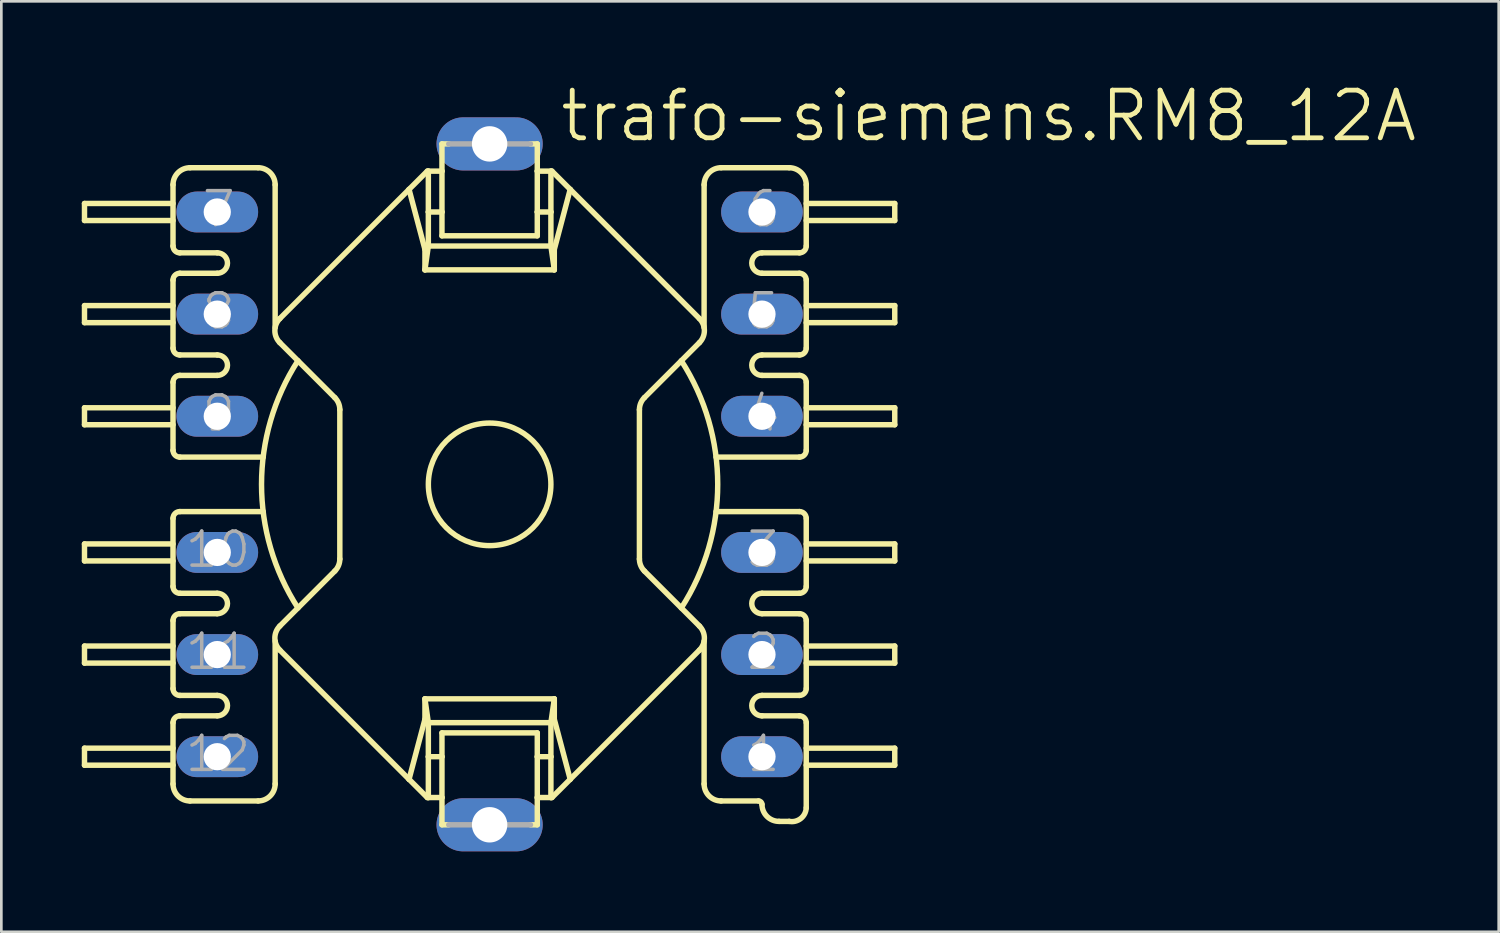
<source format=kicad_pcb>
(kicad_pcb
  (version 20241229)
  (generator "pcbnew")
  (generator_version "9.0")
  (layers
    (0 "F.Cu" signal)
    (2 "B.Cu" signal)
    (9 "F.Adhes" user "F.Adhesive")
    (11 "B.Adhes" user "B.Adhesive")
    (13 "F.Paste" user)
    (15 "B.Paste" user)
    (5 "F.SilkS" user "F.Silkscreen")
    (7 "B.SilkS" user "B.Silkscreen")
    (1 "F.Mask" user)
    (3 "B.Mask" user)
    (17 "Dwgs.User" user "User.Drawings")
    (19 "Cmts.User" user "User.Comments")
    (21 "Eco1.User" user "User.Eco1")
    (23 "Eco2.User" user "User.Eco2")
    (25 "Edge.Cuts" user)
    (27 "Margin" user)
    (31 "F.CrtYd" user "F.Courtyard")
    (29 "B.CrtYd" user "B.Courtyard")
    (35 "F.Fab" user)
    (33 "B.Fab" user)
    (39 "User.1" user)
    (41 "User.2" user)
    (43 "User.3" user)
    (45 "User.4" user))
  (footprint "trafo-siemens.RM8_12A"
    (layer "F.Cu")
    (at 15.215 15.018)
    (property "Reference" "trafo-siemens.RM8_12A" (at 2.54 -12.7 0) (layer "F.SilkS") (effects (font (size 1.778 1.778) (thickness 0.18)) (justify left bottom)))
    (attr through_hole)
    (fp_line (start -15.113 -10.477) (end -15.113 -9.842) (stroke (width 0.203) (type default)) (layer "F.SilkS"))
    (fp_line (start -15.113 -10.477) (end -11.811 -10.477) (stroke (width 0.203) (type default)) (layer "F.SilkS"))
    (fp_line (start -15.113 -9.842) (end -11.811 -9.842) (stroke (width 0.203) (type default)) (layer "F.SilkS"))
    (fp_line (start -15.113 -6.668) (end -15.113 -6.032) (stroke (width 0.203) (type default)) (layer "F.SilkS"))
    (fp_line (start -15.113 -6.668) (end -11.811 -6.668) (stroke (width 0.203) (type default)) (layer "F.SilkS"))
    (fp_line (start -15.113 -6.032) (end -11.811 -6.032) (stroke (width 0.203) (type default)) (layer "F.SilkS"))
    (fp_line (start -15.113 -2.857) (end -15.113 -2.223) (stroke (width 0.203) (type default)) (layer "F.SilkS"))
    (fp_line (start -15.113 -2.857) (end -11.811 -2.857) (stroke (width 0.203) (type default)) (layer "F.SilkS"))
    (fp_line (start -15.113 -2.223) (end -11.811 -2.223) (stroke (width 0.203) (type default)) (layer "F.SilkS"))
    (fp_line (start -15.113 2.223) (end -11.811 2.223) (stroke (width 0.203) (type default)) (layer "F.SilkS"))
    (fp_line (start -15.113 2.857) (end -15.113 2.223) (stroke (width 0.203) (type default)) (layer "F.SilkS"))
    (fp_line (start -15.113 2.857) (end -11.811 2.857) (stroke (width 0.203) (type default)) (layer "F.SilkS"))
    (fp_line (start -15.113 6.032) (end -11.811 6.032) (stroke (width 0.203) (type default)) (layer "F.SilkS"))
    (fp_line (start -15.113 6.668) (end -15.113 6.032) (stroke (width 0.203) (type default)) (layer "F.SilkS"))
    (fp_line (start -15.113 6.668) (end -11.811 6.668) (stroke (width 0.203) (type default)) (layer "F.SilkS"))
    (fp_line (start -15.113 9.842) (end -11.811 9.842) (stroke (width 0.203) (type default)) (layer "F.SilkS"))
    (fp_line (start -15.113 10.477) (end -15.113 9.842) (stroke (width 0.203) (type default)) (layer "F.SilkS"))
    (fp_line (start -15.113 10.477) (end -11.811 10.477) (stroke (width 0.203) (type default)) (layer "F.SilkS"))
    (fp_line (start -11.811 -8.89) (end -11.811 -11.176) (stroke (width 0.203) (type default)) (layer "F.SilkS"))
    (fp_line (start -11.811 -5.08) (end -11.811 -7.62) (stroke (width 0.203) (type default)) (layer "F.SilkS"))
    (fp_line (start -11.811 -3.81) (end -11.811 -1.27) (stroke (width 0.203) (type default)) (layer "F.SilkS"))
    (fp_line (start -11.811 3.81) (end -11.811 1.27) (stroke (width 0.203) (type default)) (layer "F.SilkS"))
    (fp_line (start -11.811 7.62) (end -11.811 5.08) (stroke (width 0.203) (type default)) (layer "F.SilkS"))
    (fp_line (start -11.811 11.176) (end -11.811 8.89) (stroke (width 0.203) (type default)) (layer "F.SilkS"))
    (fp_line (start -11.557 -1.016) (end -8.448 -1.016) (stroke (width 0.203) (type default)) (layer "F.SilkS"))
    (fp_line (start -11.557 1.016) (end -8.448 1.016) (stroke (width 0.203) (type default)) (layer "F.SilkS"))
    (fp_line (start -10.16 -8.636) (end -11.557 -8.636) (stroke (width 0.203) (type default)) (layer "F.SilkS"))
    (fp_line (start -10.16 -7.874) (end -11.557 -7.874) (stroke (width 0.203) (type default)) (layer "F.SilkS"))
    (fp_line (start -10.16 -4.826) (end -11.557 -4.826) (stroke (width 0.203) (type default)) (layer "F.SilkS"))
    (fp_line (start -10.16 -4.064) (end -11.557 -4.064) (stroke (width 0.203) (type default)) (layer "F.SilkS"))
    (fp_line (start -10.16 4.064) (end -11.557 4.064) (stroke (width 0.203) (type default)) (layer "F.SilkS"))
    (fp_line (start -10.16 4.826) (end -11.557 4.826) (stroke (width 0.203) (type default)) (layer "F.SilkS"))
    (fp_line (start -10.16 7.874) (end -11.557 7.874) (stroke (width 0.203) (type default)) (layer "F.SilkS"))
    (fp_line (start -10.16 8.636) (end -11.557 8.636) (stroke (width 0.203) (type default)) (layer "F.SilkS"))
    (fp_line (start -8.636 -11.811) (end -11.176 -11.811) (stroke (width 0.203) (type default)) (layer "F.SilkS"))
    (fp_line (start -8.636 11.811) (end -11.176 11.811) (stroke (width 0.203) (type default)) (layer "F.SilkS"))
    (fp_line (start -8.001 -11.176) (end -8.001 -5.85) (stroke (width 0.203) (type default)) (layer "F.SilkS"))
    (fp_line (start -8.001 5.85) (end -8.001 11.176) (stroke (width 0.203) (type default)) (layer "F.SilkS"))
    (fp_line (start -7.826 6.184) (end -3.006 11.003) (stroke (width 0.203) (type default)) (layer "F.SilkS"))
    (fp_line (start -5.774 -3.234) (end -7.826 -5.286) (stroke (width 0.203) (type default)) (layer "F.SilkS"))
    (fp_line (start -5.774 3.234) (end -7.826 5.286) (stroke (width 0.203) (type default)) (layer "F.SilkS"))
    (fp_line (start -5.588 -2.785) (end -5.588 2.785) (stroke (width 0.203) (type default)) (layer "F.SilkS"))
    (fp_line (start -3.006 -11.003) (end -7.826 -6.184) (stroke (width 0.203) (type default)) (layer "F.SilkS"))
    (fp_line (start -3.006 -11.003) (end -2.413 -8.763) (stroke (width 0.203) (type default)) (layer "F.SilkS"))
    (fp_line (start -3.006 11.003) (end -2.325 11.684) (stroke (width 0.203) (type default)) (layer "F.SilkS"))
    (fp_line (start -2.413 -8.001) (end -2.413 -8.763) (stroke (width 0.203) (type default)) (layer "F.SilkS"))
    (fp_line (start -2.413 8.001) (end -2.413 8.763) (stroke (width 0.203) (type default)) (layer "F.SilkS"))
    (fp_line (start -2.413 8.763) (end -3.006 11.003) (stroke (width 0.203) (type default)) (layer "F.SilkS"))
    (fp_line (start -2.325 -11.684) (end -3.006 -11.003) (stroke (width 0.203) (type default)) (layer "F.SilkS"))
    (fp_line (start -2.325 -11.684) (end -2.286 -11.684) (stroke (width 0.203) (type default)) (layer "F.SilkS"))
    (fp_line (start -2.286 -11.684) (end -1.778 -11.684) (stroke (width 0.203) (type default)) (layer "F.SilkS"))
    (fp_line (start -2.286 -10.16) (end -2.286 -11.684) (stroke (width 0.203) (type default)) (layer "F.SilkS"))
    (fp_line (start -2.286 -8.89) (end -2.413 -8.001) (stroke (width 0.203) (type default)) (layer "F.SilkS"))
    (fp_line (start -2.286 -8.89) (end -2.286 -10.16) (stroke (width 0.203) (type default)) (layer "F.SilkS"))
    (fp_line (start -2.286 -8.89) (end 2.286 -8.89) (stroke (width 0.203) (type default)) (layer "F.SilkS"))
    (fp_line (start -2.286 8.89) (end -2.413 8.001) (stroke (width 0.203) (type default)) (layer "F.SilkS"))
    (fp_line (start -2.286 8.89) (end -2.286 10.16) (stroke (width 0.203) (type default)) (layer "F.SilkS"))
    (fp_line (start -2.286 8.89) (end 2.286 8.89) (stroke (width 0.203) (type default)) (layer "F.SilkS"))
    (fp_line (start -2.286 10.16) (end -2.286 11.684) (stroke (width 0.203) (type default)) (layer "F.SilkS"))
    (fp_line (start -2.286 10.16) (end -1.778 10.16) (stroke (width 0.203) (type default)) (layer "F.SilkS"))
    (fp_line (start -2.286 11.684) (end -2.325 11.684) (stroke (width 0.203) (type default)) (layer "F.SilkS"))
    (fp_line (start -2.286 11.684) (end -1.778 11.684) (stroke (width 0.203) (type default)) (layer "F.SilkS"))
    (fp_line (start -1.778 -12.7) (end -1.524 -12.7) (stroke (width 0.203) (type default)) (layer "F.SilkS"))
    (fp_line (start -1.778 -11.684) (end -1.778 -12.7) (stroke (width 0.203) (type default)) (layer "F.SilkS"))
    (fp_line (start -1.778 -10.16) (end -2.286 -10.16) (stroke (width 0.203) (type default)) (layer "F.SilkS"))
    (fp_line (start -1.778 -10.16) (end -1.778 -11.684) (stroke (width 0.203) (type default)) (layer "F.SilkS"))
    (fp_line (start -1.778 -9.271) (end -1.778 -10.16) (stroke (width 0.203) (type default)) (layer "F.SilkS"))
    (fp_line (start -1.778 -9.271) (end 1.778 -9.271) (stroke (width 0.203) (type default)) (layer "F.SilkS"))
    (fp_line (start -1.778 10.16) (end -1.778 9.271) (stroke (width 0.203) (type default)) (layer "F.SilkS"))
    (fp_line (start -1.778 11.684) (end -1.778 10.16) (stroke (width 0.203) (type default)) (layer "F.SilkS"))
    (fp_line (start -1.778 12.7) (end -1.778 11.684) (stroke (width 0.203) (type default)) (layer "F.SilkS"))
    (fp_line (start -1.524 12.7) (end -1.778 12.7) (stroke (width 0.203) (type default)) (layer "F.SilkS"))
    (fp_line (start 1.524 -12.7) (end 1.778 -12.7) (stroke (width 0.203) (type default)) (layer "F.SilkS"))
    (fp_line (start 1.778 -12.7) (end 1.778 -11.684) (stroke (width 0.203) (type default)) (layer "F.SilkS"))
    (fp_line (start 1.778 -11.684) (end 1.778 -10.16) (stroke (width 0.203) (type default)) (layer "F.SilkS"))
    (fp_line (start 1.778 -10.16) (end 1.778 -9.271) (stroke (width 0.203) (type default)) (layer "F.SilkS"))
    (fp_line (start 1.778 9.271) (end -1.778 9.271) (stroke (width 0.203) (type default)) (layer "F.SilkS"))
    (fp_line (start 1.778 9.271) (end 1.778 10.16) (stroke (width 0.203) (type default)) (layer "F.SilkS"))
    (fp_line (start 1.778 10.16) (end 1.778 11.684) (stroke (width 0.203) (type default)) (layer "F.SilkS"))
    (fp_line (start 1.778 10.16) (end 2.286 10.16) (stroke (width 0.203) (type default)) (layer "F.SilkS"))
    (fp_line (start 1.778 11.684) (end 1.778 12.7) (stroke (width 0.203) (type default)) (layer "F.SilkS"))
    (fp_line (start 1.778 12.7) (end 1.524 12.7) (stroke (width 0.203) (type default)) (layer "F.SilkS"))
    (fp_line (start 2.286 -11.684) (end 1.778 -11.684) (stroke (width 0.203) (type default)) (layer "F.SilkS"))
    (fp_line (start 2.286 -11.684) (end 2.325 -11.684) (stroke (width 0.203) (type default)) (layer "F.SilkS"))
    (fp_line (start 2.286 -10.16) (end 1.778 -10.16) (stroke (width 0.203) (type default)) (layer "F.SilkS"))
    (fp_line (start 2.286 -10.16) (end 2.286 -11.684) (stroke (width 0.203) (type default)) (layer "F.SilkS"))
    (fp_line (start 2.286 -8.89) (end 2.286 -10.16) (stroke (width 0.203) (type default)) (layer "F.SilkS"))
    (fp_line (start 2.286 -8.89) (end 2.413 -8.001) (stroke (width 0.203) (type default)) (layer "F.SilkS"))
    (fp_line (start 2.286 8.89) (end 2.286 10.16) (stroke (width 0.203) (type default)) (layer "F.SilkS"))
    (fp_line (start 2.286 8.89) (end 2.413 8.001) (stroke (width 0.203) (type default)) (layer "F.SilkS"))
    (fp_line (start 2.286 10.16) (end 2.286 11.684) (stroke (width 0.203) (type default)) (layer "F.SilkS"))
    (fp_line (start 2.286 11.684) (end 1.778 11.684) (stroke (width 0.203) (type default)) (layer "F.SilkS"))
    (fp_line (start 2.325 -11.684) (end 3.006 -11.003) (stroke (width 0.203) (type default)) (layer "F.SilkS"))
    (fp_line (start 2.325 11.684) (end 2.286 11.684) (stroke (width 0.203) (type default)) (layer "F.SilkS"))
    (fp_line (start 2.413 -8.001) (end -2.413 -8.001) (stroke (width 0.203) (type default)) (layer "F.SilkS"))
    (fp_line (start 2.413 -8.001) (end 2.413 -8.763) (stroke (width 0.203) (type default)) (layer "F.SilkS"))
    (fp_line (start 2.413 8.001) (end -2.413 8.001) (stroke (width 0.203) (type default)) (layer "F.SilkS"))
    (fp_line (start 2.413 8.001) (end 2.413 8.763) (stroke (width 0.203) (type default)) (layer "F.SilkS"))
    (fp_line (start 2.413 8.763) (end 3.006 11.003) (stroke (width 0.203) (type default)) (layer "F.SilkS"))
    (fp_line (start 3.006 -11.003) (end 2.413 -8.763) (stroke (width 0.203) (type default)) (layer "F.SilkS"))
    (fp_line (start 3.006 -11.003) (end 7.826 -6.184) (stroke (width 0.203) (type default)) (layer "F.SilkS"))
    (fp_line (start 3.006 11.003) (end 2.325 11.684) (stroke (width 0.203) (type default)) (layer "F.SilkS"))
    (fp_line (start 5.588 -2.785) (end 5.588 2.785) (stroke (width 0.203) (type default)) (layer "F.SilkS"))
    (fp_line (start 5.774 -3.234) (end 7.826 -5.286) (stroke (width 0.203) (type default)) (layer "F.SilkS"))
    (fp_line (start 5.774 3.234) (end 7.826 5.286) (stroke (width 0.203) (type default)) (layer "F.SilkS"))
    (fp_line (start 7.826 6.184) (end 3.006 11.003) (stroke (width 0.203) (type default)) (layer "F.SilkS"))
    (fp_line (start 8.001 -11.176) (end 8.001 -5.85) (stroke (width 0.203) (type default)) (layer "F.SilkS"))
    (fp_line (start 8.001 5.85) (end 8.001 11.176) (stroke (width 0.203) (type default)) (layer "F.SilkS"))
    (fp_line (start 8.636 11.811) (end 10.033 11.811) (stroke (width 0.203) (type default)) (layer "F.SilkS"))
    (fp_line (start 10.16 -8.636) (end 11.557 -8.636) (stroke (width 0.203) (type default)) (layer "F.SilkS"))
    (fp_line (start 10.16 -7.874) (end 11.557 -7.874) (stroke (width 0.203) (type default)) (layer "F.SilkS"))
    (fp_line (start 10.16 -4.826) (end 11.557 -4.826) (stroke (width 0.203) (type default)) (layer "F.SilkS"))
    (fp_line (start 10.16 -4.064) (end 11.557 -4.064) (stroke (width 0.203) (type default)) (layer "F.SilkS"))
    (fp_line (start 10.16 4.064) (end 11.557 4.064) (stroke (width 0.203) (type default)) (layer "F.SilkS"))
    (fp_line (start 10.16 4.826) (end 11.557 4.826) (stroke (width 0.203) (type default)) (layer "F.SilkS"))
    (fp_line (start 10.16 7.874) (end 11.557 7.874) (stroke (width 0.203) (type default)) (layer "F.SilkS"))
    (fp_line (start 10.16 8.636) (end 11.557 8.636) (stroke (width 0.203) (type default)) (layer "F.SilkS"))
    (fp_line (start 11.176 -11.811) (end 8.636 -11.811) (stroke (width 0.203) (type default)) (layer "F.SilkS"))
    (fp_line (start 11.176 12.573) (end 10.795 12.573) (stroke (width 0.203) (type default)) (layer "F.SilkS"))
    (fp_line (start 11.557 -1.016) (end 8.448 -1.016) (stroke (width 0.203) (type default)) (layer "F.SilkS"))
    (fp_line (start 11.557 1.016) (end 8.448 1.016) (stroke (width 0.203) (type default)) (layer "F.SilkS"))
    (fp_line (start 11.811 -8.89) (end 11.811 -11.176) (stroke (width 0.203) (type default)) (layer "F.SilkS"))
    (fp_line (start 11.811 -5.08) (end 11.811 -7.62) (stroke (width 0.203) (type default)) (layer "F.SilkS"))
    (fp_line (start 11.811 -3.81) (end 11.811 -1.27) (stroke (width 0.203) (type default)) (layer "F.SilkS"))
    (fp_line (start 11.811 3.81) (end 11.811 1.27) (stroke (width 0.203) (type default)) (layer "F.SilkS"))
    (fp_line (start 11.811 7.62) (end 11.811 5.08) (stroke (width 0.203) (type default)) (layer "F.SilkS"))
    (fp_line (start 11.811 12.065) (end 11.811 8.89) (stroke (width 0.203) (type default)) (layer "F.SilkS"))
    (fp_line (start 15.113 -10.477) (end 11.811 -10.477) (stroke (width 0.203) (type default)) (layer "F.SilkS"))
    (fp_line (start 15.113 -10.477) (end 15.113 -9.842) (stroke (width 0.203) (type default)) (layer "F.SilkS"))
    (fp_line (start 15.113 -9.842) (end 11.811 -9.842) (stroke (width 0.203) (type default)) (layer "F.SilkS"))
    (fp_line (start 15.113 -6.668) (end 11.811 -6.668) (stroke (width 0.203) (type default)) (layer "F.SilkS"))
    (fp_line (start 15.113 -6.668) (end 15.113 -6.032) (stroke (width 0.203) (type default)) (layer "F.SilkS"))
    (fp_line (start 15.113 -6.032) (end 11.811 -6.032) (stroke (width 0.203) (type default)) (layer "F.SilkS"))
    (fp_line (start 15.113 -2.857) (end 11.811 -2.857) (stroke (width 0.203) (type default)) (layer "F.SilkS"))
    (fp_line (start 15.113 -2.857) (end 15.113 -2.223) (stroke (width 0.203) (type default)) (layer "F.SilkS"))
    (fp_line (start 15.113 -2.223) (end 11.811 -2.223) (stroke (width 0.203) (type default)) (layer "F.SilkS"))
    (fp_line (start 15.113 2.223) (end 11.811 2.223) (stroke (width 0.203) (type default)) (layer "F.SilkS"))
    (fp_line (start 15.113 2.857) (end 11.811 2.857) (stroke (width 0.203) (type default)) (layer "F.SilkS"))
    (fp_line (start 15.113 2.857) (end 15.113 2.223) (stroke (width 0.203) (type default)) (layer "F.SilkS"))
    (fp_line (start 15.113 6.032) (end 11.811 6.032) (stroke (width 0.203) (type default)) (layer "F.SilkS"))
    (fp_line (start 15.113 6.668) (end 11.811 6.668) (stroke (width 0.203) (type default)) (layer "F.SilkS"))
    (fp_line (start 15.113 6.668) (end 15.113 6.032) (stroke (width 0.203) (type default)) (layer "F.SilkS"))
    (fp_line (start 15.113 9.842) (end 11.811 9.842) (stroke (width 0.203) (type default)) (layer "F.SilkS"))
    (fp_line (start 15.113 10.477) (end 11.811 10.477) (stroke (width 0.203) (type default)) (layer "F.SilkS"))
    (fp_line (start 15.113 10.477) (end 15.113 9.842) (stroke (width 0.203) (type default)) (layer "F.SilkS"))
    (fp_arc (start -11.811 -11.176) (mid -11.625013 -11.625013) (end -11.176 -11.811) (stroke (width 0.2032) (type default)) (layer "F.SilkS"))
    (fp_arc (start -11.811 -7.62) (mid -11.736605 -7.799605) (end -11.557 -7.874) (stroke (width 0.2032) (type default)) (layer "F.SilkS"))
    (fp_arc (start -11.811 -3.81) (mid -11.736605 -3.989605) (end -11.557 -4.064) (stroke (width 0.2032) (type default)) (layer "F.SilkS"))
    (fp_arc (start -11.811 1.27) (mid -11.736605 1.090395) (end -11.557 1.016) (stroke (width 0.2032) (type default)) (layer "F.SilkS"))
    (fp_arc (start -11.811 5.08) (mid -11.736605 4.900395) (end -11.557 4.826) (stroke (width 0.2032) (type default)) (layer "F.SilkS"))
    (fp_arc (start -11.811 8.89) (mid -11.736605 8.710395) (end -11.557 8.636) (stroke (width 0.2032) (type default)) (layer "F.SilkS"))
    (fp_arc (start -11.557 -8.636) (mid -11.736605 -8.710395) (end -11.811 -8.89) (stroke (width 0.2032) (type default)) (layer "F.SilkS"))
    (fp_arc (start -11.557 -4.826) (mid -11.736605 -4.900395) (end -11.811 -5.08) (stroke (width 0.2032) (type default)) (layer "F.SilkS"))
    (fp_arc (start -11.557 -1.016) (mid -11.736605 -1.090395) (end -11.811 -1.27) (stroke (width 0.2032) (type default)) (layer "F.SilkS"))
    (fp_arc (start -11.557 4.064) (mid -11.736605 3.989605) (end -11.811 3.81) (stroke (width 0.2032) (type default)) (layer "F.SilkS"))
    (fp_arc (start -11.557 7.874) (mid -11.736605 7.799605) (end -11.811 7.62) (stroke (width 0.2032) (type default)) (layer "F.SilkS"))
    (fp_arc (start -11.176 11.811) (mid -11.625013 11.625013) (end -11.811 11.176) (stroke (width 0.2032) (type default)) (layer "F.SilkS"))
    (fp_arc (start -10.16 -8.636) (mid -9.779 -8.255) (end -10.16 -7.874) (stroke (width 0.2032) (type default)) (layer "F.SilkS"))
    (fp_arc (start -10.16 -4.826) (mid -9.779 -4.445) (end -10.16 -4.064) (stroke (width 0.2032) (type default)) (layer "F.SilkS"))
    (fp_arc (start -10.16 4.064) (mid -9.779 4.445) (end -10.16 4.826) (stroke (width 0.2032) (type default)) (layer "F.SilkS"))
    (fp_arc (start -10.16 7.874) (mid -9.779 8.255) (end -10.16 8.636) (stroke (width 0.2032) (type default)) (layer "F.SilkS"))
    (fp_arc (start -8.636 -11.811) (mid -8.186987 -11.625013) (end -8.001 -11.176) (stroke (width 0.2032) (type default)) (layer "F.SilkS"))
    (fp_arc (start -8.001 11.176) (mid -8.186987 11.625013) (end -8.636 11.811) (stroke (width 0.2032) (type default)) (layer "F.SilkS"))
    (fp_arc (start -7.8256 -5.2856) (mid -8.011582 -5.7346) (end -7.8256 -6.1836) (stroke (width 0.2032) (type default)) (layer "F.SilkS"))
    (fp_arc (start -7.8256 6.1836) (mid -8.011582 5.7346) (end -7.8256 5.2856) (stroke (width 0.2032) (type default)) (layer "F.SilkS"))
    (fp_arc (start -7.1512 4.6112) (mid -8.508985 0) (end -7.1512 -4.6112) (stroke (width 0.2032) (type default)) (layer "F.SilkS"))
    (fp_arc (start -5.774 -3.234) (mid -5.636299 -3.028007) (end -5.5879 -2.785) (stroke (width 0.2032) (type default)) (layer "F.SilkS"))
    (fp_arc (start -5.5878 2.785) (mid -5.636252 3.028015) (end -5.774 3.234) (stroke (width 0.2032) (type default)) (layer "F.SilkS"))
    (fp_arc (start 5.588 -2.785) (mid 5.636345 -3.027999) (end 5.774 -3.234) (stroke (width 0.2032) (type default)) (layer "F.SilkS"))
    (fp_arc (start 5.774 3.234) (mid 5.636345 3.027999) (end 5.588 2.785) (stroke (width 0.2032) (type default)) (layer "F.SilkS"))
    (fp_arc (start 7.1512 -4.6112) (mid 8.508985 0) (end 7.1512 4.6112) (stroke (width 0.2032) (type default)) (layer "F.SilkS"))
    (fp_arc (start 7.8256 -6.1836) (mid 8.011582 -5.7346) (end 7.8256 -5.2856) (stroke (width 0.2032) (type default)) (layer "F.SilkS"))
    (fp_arc (start 7.8256 5.2856) (mid 8.011582 5.7346) (end 7.8256 6.1836) (stroke (width 0.2032) (type default)) (layer "F.SilkS"))
    (fp_arc (start 8.001 -11.176) (mid 8.186987 -11.625013) (end 8.636 -11.811) (stroke (width 0.2032) (type default)) (layer "F.SilkS"))
    (fp_arc (start 8.636 11.811) (mid 8.186987 11.625013) (end 8.001 11.176) (stroke (width 0.2032) (type default)) (layer "F.SilkS"))
    (fp_arc (start 10.033 11.811) (mid 10.122803 11.848197) (end 10.16 11.938) (stroke (width 0.2032) (type default)) (layer "F.SilkS"))
    (fp_arc (start 10.16 -7.874) (mid 9.779 -8.255) (end 10.16 -8.636) (stroke (width 0.2032) (type default)) (layer "F.SilkS"))
    (fp_arc (start 10.16 -4.064) (mid 9.779 -4.445) (end 10.16 -4.826) (stroke (width 0.2032) (type default)) (layer "F.SilkS"))
    (fp_arc (start 10.16 4.826) (mid 9.779 4.445) (end 10.16 4.064) (stroke (width 0.2032) (type default)) (layer "F.SilkS"))
    (fp_arc (start 10.16 8.636) (mid 9.779 8.255) (end 10.16 7.874) (stroke (width 0.2032) (type default)) (layer "F.SilkS"))
    (fp_arc (start 10.795 12.573) (mid 10.345987 12.387013) (end 10.16 11.938) (stroke (width 0.2032) (type default)) (layer "F.SilkS"))
    (fp_arc (start 11.176 -11.811) (mid 11.625013 -11.625013) (end 11.811 -11.176) (stroke (width 0.2032) (type default)) (layer "F.SilkS"))
    (fp_arc (start 11.557 -7.874) (mid 11.736605 -7.799605) (end 11.811 -7.62) (stroke (width 0.2032) (type default)) (layer "F.SilkS"))
    (fp_arc (start 11.557 -4.064) (mid 11.736605 -3.989605) (end 11.811 -3.81) (stroke (width 0.2032) (type default)) (layer "F.SilkS"))
    (fp_arc (start 11.557 1.016) (mid 11.736605 1.090395) (end 11.811 1.27) (stroke (width 0.2032) (type default)) (layer "F.SilkS"))
    (fp_arc (start 11.557 4.826) (mid 11.736605 4.900395) (end 11.811 5.08) (stroke (width 0.2032) (type default)) (layer "F.SilkS"))
    (fp_arc (start 11.557 8.636) (mid 11.736605 8.710395) (end 11.811 8.89) (stroke (width 0.2032) (type default)) (layer "F.SilkS"))
    (fp_arc (start 11.811 -8.89) (mid 11.736605 -8.710395) (end 11.557 -8.636) (stroke (width 0.2032) (type default)) (layer "F.SilkS"))
    (fp_arc (start 11.811 -5.08) (mid 11.736605 -4.900395) (end 11.557 -4.826) (stroke (width 0.2032) (type default)) (layer "F.SilkS"))
    (fp_arc (start 11.811 -1.27) (mid 11.736605 -1.090395) (end 11.557 -1.016) (stroke (width 0.2032) (type default)) (layer "F.SilkS"))
    (fp_arc (start 11.811 3.81) (mid 11.736605 3.989605) (end 11.557 4.064) (stroke (width 0.2032) (type default)) (layer "F.SilkS"))
    (fp_arc (start 11.811 7.62) (mid 11.736605 7.799605) (end 11.557 7.874) (stroke (width 0.2032) (type default)) (layer "F.SilkS"))
    (fp_arc (start 11.811 12.065) (mid 11.609668 12.46421) (end 11.176 12.573) (stroke (width 0.2032) (type default)) (layer "F.SilkS"))
    (fp_circle (center 0 0) (end 2.286 0) (stroke (width 0.203) (type default)) (fill no) (layer "F.SilkS"))
    (fp_line (start -1.524 -12.7) (end 1.524 -12.7) (stroke (width 0.203) (type default)) (layer "F.Fab"))
    (fp_line (start 1.524 12.7) (end -1.524 12.7) (stroke (width 0.203) (type default)) (layer "F.Fab"))
    (fp_text user "2" (at 9.525 6.985 0) (layer "F.Fab") (effects (font (size 1.27 1.27) (thickness 0.13)) (justify left bottom)))
    (fp_text user "4" (at 9.525 -1.905 0) (layer "F.Fab") (effects (font (size 1.27 1.27) (thickness 0.13)) (justify left bottom)))
    (fp_text user "9" (at -10.795 -1.905 0) (layer "F.Fab") (effects (font (size 1.27 1.27) (thickness 0.13)) (justify left bottom)))
    (fp_text user "3" (at 9.525 3.175 0) (layer "F.Fab") (effects (font (size 1.27 1.27) (thickness 0.13)) (justify left bottom)))
    (fp_text user "12" (at -11.43 10.795 0) (layer "F.Fab") (effects (font (size 1.27 1.27) (thickness 0.13)) (justify left bottom)))
    (fp_text user "7" (at -10.795 -9.525 0) (layer "F.Fab") (effects (font (size 1.27 1.27) (thickness 0.13)) (justify left bottom)))
    (fp_text user "1" (at 9.525 10.795 0) (layer "F.Fab") (effects (font (size 1.27 1.27) (thickness 0.13)) (justify left bottom)))
    (fp_text user "6" (at 9.525 -9.525 0) (layer "F.Fab") (effects (font (size 1.27 1.27) (thickness 0.13)) (justify left bottom)))
    (fp_text user "8" (at -10.795 -5.715 0) (layer "F.Fab") (effects (font (size 1.27 1.27) (thickness 0.13)) (justify left bottom)))
    (fp_text user "10" (at -11.43 3.175 0) (layer "F.Fab") (effects (font (size 1.27 1.27) (thickness 0.13)) (justify left bottom)))
    (fp_text user "11" (at -11.43 6.985 0) (layer "F.Fab") (effects (font (size 1.27 1.27) (thickness 0.13)) (justify left bottom)))
    (fp_text user "5" (at 9.525 -5.715 0) (layer "F.Fab") (effects (font (size 1.27 1.27) (thickness 0.13)) (justify left bottom)))
    (pad "1" thru_hole oval (at 10.16 10.16) (size 3.048 1.524) (drill 1.016) (layers "*.Cu" "*.Mask"))
    (pad "2" thru_hole oval (at 10.16 6.35) (size 3.048 1.524) (drill 1.016) (layers "*.Cu" "*.Mask"))
    (pad "3" thru_hole oval (at 10.16 2.54) (size 3.048 1.524) (drill 1.016) (layers "*.Cu" "*.Mask"))
    (pad "4" thru_hole oval (at 10.16 -2.54) (size 3.048 1.524) (drill 1.016) (layers "*.Cu" "*.Mask"))
    (pad "5" thru_hole oval (at 10.16 -6.35) (size 3.048 1.524) (drill 1.016) (layers "*.Cu" "*.Mask"))
    (pad "6" thru_hole oval (at 10.16 -10.16) (size 3.048 1.524) (drill 1.016) (layers "*.Cu" "*.Mask"))
    (pad "7" thru_hole oval (at -10.16 -10.16) (size 3.048 1.524) (drill 1.016) (layers "*.Cu" "*.Mask"))
    (pad "8" thru_hole oval (at -10.16 -6.35) (size 3.048 1.524) (drill 1.016) (layers "*.Cu" "*.Mask"))
    (pad "9" thru_hole oval (at -10.16 -2.54) (size 3.048 1.524) (drill 1.016) (layers "*.Cu" "*.Mask"))
    (pad "10" thru_hole oval (at -10.16 2.54) (size 3.048 1.524) (drill 1.016) (layers "*.Cu" "*.Mask"))
    (pad "11" thru_hole oval (at -10.16 6.35) (size 3.048 1.524) (drill 1.016) (layers "*.Cu" "*.Mask"))
    (pad "12" thru_hole oval (at -10.16 10.16) (size 3.048 1.524) (drill 1.016) (layers "*.Cu" "*.Mask"))
    (pad "M" thru_hole oval (at 0 -12.7) (size 3.962 1.981) (drill 1.321) (layers "*.Cu" "*.Mask"))
    (pad "M1" thru_hole oval (at 0 12.7) (size 3.962 1.981) (drill 1.321) (layers "*.Cu" "*.Mask")))
  (gr_rect
    (start -3 -3)
    (end 52.858 31.709)
    (stroke (width 0.1) (type default))
    (fill no)
    (layer "Edge.Cuts")))
</source>
